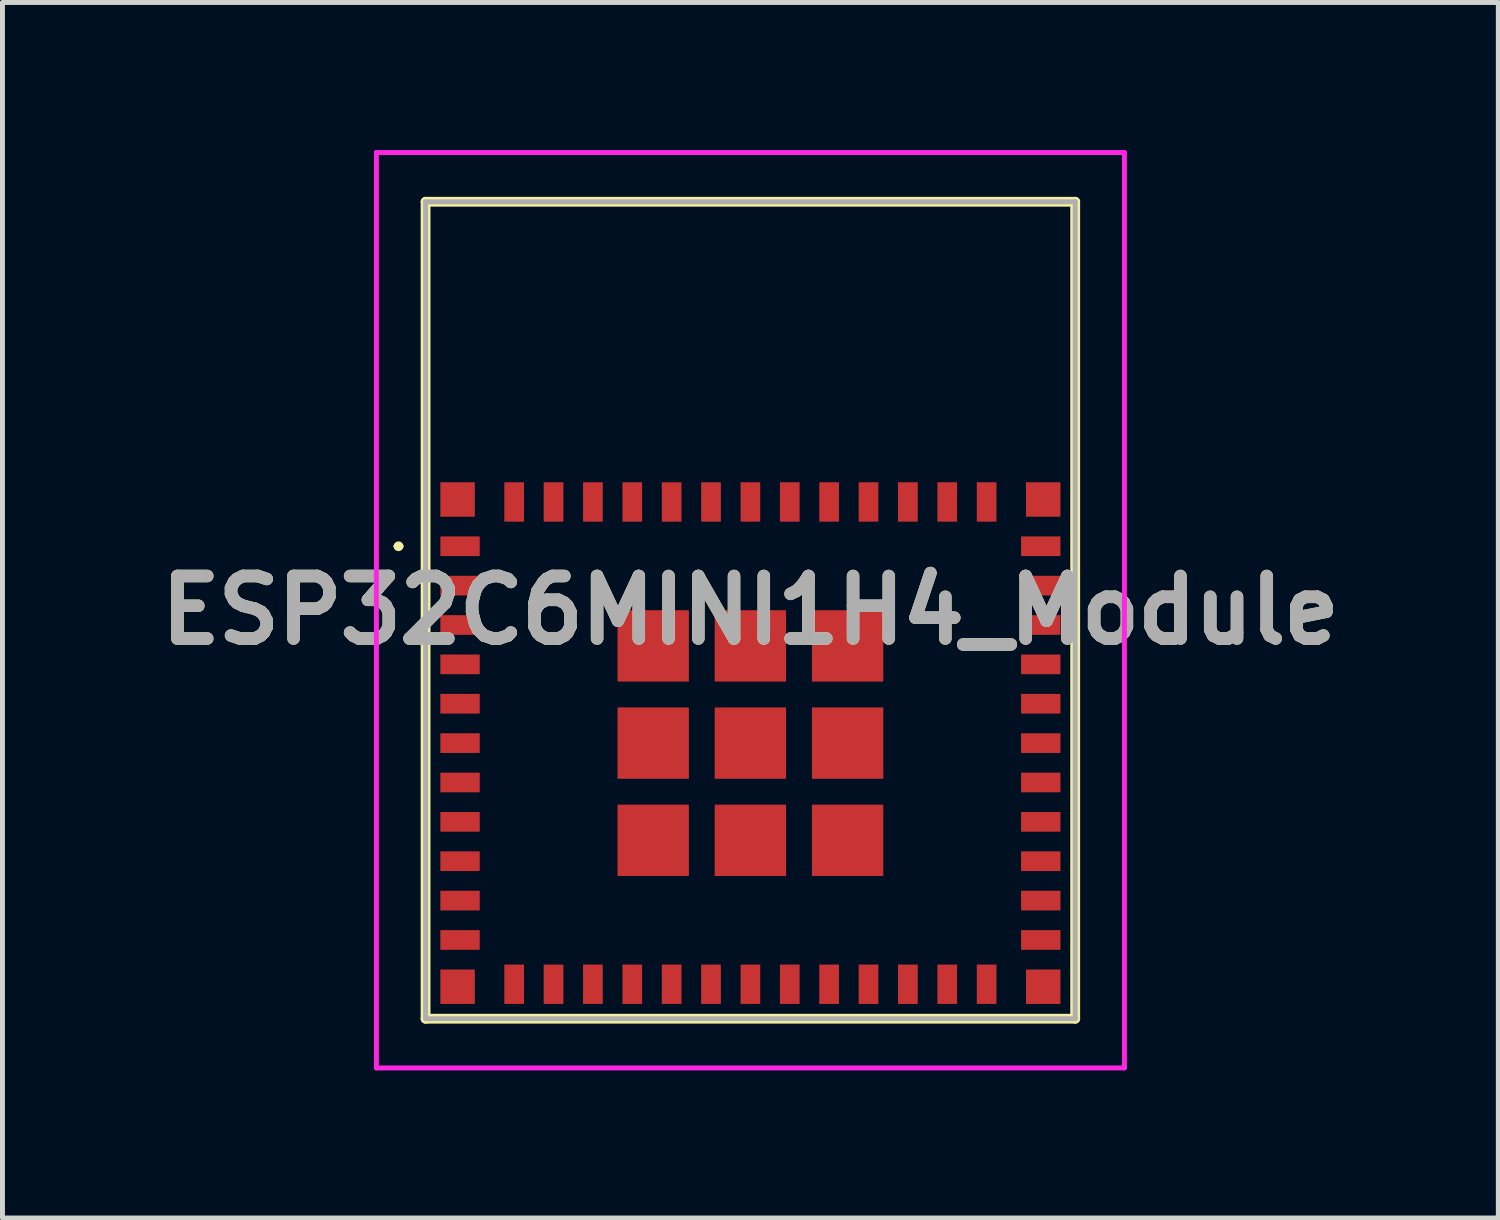
<source format=kicad_pcb>
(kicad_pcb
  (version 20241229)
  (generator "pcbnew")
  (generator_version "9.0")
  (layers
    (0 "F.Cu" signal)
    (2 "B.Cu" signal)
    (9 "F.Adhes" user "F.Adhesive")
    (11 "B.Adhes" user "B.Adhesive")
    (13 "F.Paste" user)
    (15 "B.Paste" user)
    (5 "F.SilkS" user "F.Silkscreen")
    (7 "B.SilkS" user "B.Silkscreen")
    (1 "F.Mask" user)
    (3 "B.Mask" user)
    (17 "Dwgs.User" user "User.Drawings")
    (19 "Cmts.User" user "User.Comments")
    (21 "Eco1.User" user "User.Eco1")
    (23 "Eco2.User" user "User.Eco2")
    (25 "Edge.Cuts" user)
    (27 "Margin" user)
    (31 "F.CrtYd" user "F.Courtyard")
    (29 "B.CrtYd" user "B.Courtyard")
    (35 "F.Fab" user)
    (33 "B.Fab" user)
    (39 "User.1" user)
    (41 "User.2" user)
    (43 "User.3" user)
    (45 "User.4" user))
  (footprint "ESP32C6MINI1H4_Module"
    (layer "F.Cu")
    (at 12.198 9.35)
    (property "Reference" "ESP32C6MINI1H4_Module" (at 0 0 0) (layer "F.SilkS") (effects (font (size 1.27 1.27) (thickness 0.254))))
    (attr smd)
    (fp_line (start -7.2 -1.3) (end -7.2 -1.3) (stroke (width 0.1) (type solid)) (layer "F.SilkS"))
    (fp_line (start -7.1 -1.3) (end -7.1 -1.3) (stroke (width 0.1) (type solid)) (layer "F.SilkS"))
    (fp_line (start -6.6 -8.3) (end 6.6 -8.3) (stroke (width 0.2) (type solid)) (layer "F.SilkS"))
    (fp_line (start -6.6 8.3) (end -6.6 -8.3) (stroke (width 0.2) (type solid)) (layer "F.SilkS"))
    (fp_line (start 6.6 -8.3) (end 6.6 8.3) (stroke (width 0.2) (type solid)) (layer "F.SilkS"))
    (fp_line (start 6.6 8.3) (end -6.6 8.3) (stroke (width 0.2) (type solid)) (layer "F.SilkS"))
    (fp_arc (start -7.2 -1.3) (mid -7.15 -1.35) (end -7.1 -1.3) (stroke (width 0.1) (type solid)) (layer "F.SilkS"))
    (fp_arc (start -7.1 -1.3) (mid -7.15 -1.25) (end -7.2 -1.3) (stroke (width 0.1) (type solid)) (layer "F.SilkS"))
    (fp_line (start -7.6 -9.3) (end 7.6 -9.3) (stroke (width 0.1) (type solid)) (layer "F.CrtYd"))
    (fp_line (start -7.6 9.3) (end -7.6 -9.3) (stroke (width 0.1) (type solid)) (layer "F.CrtYd"))
    (fp_line (start 7.6 -9.3) (end 7.6 9.3) (stroke (width 0.1) (type solid)) (layer "F.CrtYd"))
    (fp_line (start 7.6 9.3) (end -7.6 9.3) (stroke (width 0.1) (type solid)) (layer "F.CrtYd"))
    (fp_line (start -6.6 -8.3) (end 6.6 -8.3) (stroke (width 0.1) (type solid)) (layer "F.Fab"))
    (fp_line (start -6.6 8.3) (end -6.6 -8.3) (stroke (width 0.1) (type solid)) (layer "F.Fab"))
    (fp_line (start 6.6 -8.3) (end 6.6 8.3) (stroke (width 0.1) (type solid)) (layer "F.Fab"))
    (fp_line (start 6.6 8.3) (end -6.6 8.3) (stroke (width 0.1) (type solid)) (layer "F.Fab"))
    (fp_text user "${REFERENCE}" (at 0 0 0) (layer "F.Fab") (effects (font (size 1.27 1.27) (thickness 0.254))))
    (pad "1" smd rect (at -5.9 -1.3 90) (size 0.4 0.8) (layers "F.Cu" "F.Mask" "F.Paste"))
    (pad "2" smd rect (at -5.9 -0.5 90) (size 0.4 0.8) (layers "F.Cu" "F.Mask" "F.Paste"))
    (pad "3" smd rect (at -5.9 0.3 90) (size 0.4 0.8) (layers "F.Cu" "F.Mask" "F.Paste"))
    (pad "4" smd rect (at -5.9 1.1 90) (size 0.4 0.8) (layers "F.Cu" "F.Mask" "F.Paste"))
    (pad "5" smd rect (at -5.9 1.9 90) (size 0.4 0.8) (layers "F.Cu" "F.Mask" "F.Paste"))
    (pad "6" smd rect (at -5.9 2.7 90) (size 0.4 0.8) (layers "F.Cu" "F.Mask" "F.Paste"))
    (pad "7" smd rect (at -5.9 3.5 90) (size 0.4 0.8) (layers "F.Cu" "F.Mask" "F.Paste"))
    (pad "8" smd rect (at -5.9 4.3 90) (size 0.4 0.8) (layers "F.Cu" "F.Mask" "F.Paste"))
    (pad "9" smd rect (at -5.9 5.1 90) (size 0.4 0.8) (layers "F.Cu" "F.Mask" "F.Paste"))
    (pad "10" smd rect (at -5.9 5.9 90) (size 0.4 0.8) (layers "F.Cu" "F.Mask" "F.Paste"))
    (pad "11" smd rect (at -5.9 6.7 90) (size 0.4 0.8) (layers "F.Cu" "F.Mask" "F.Paste"))
    (pad "12" smd rect (at -4.8 7.6) (size 0.4 0.8) (layers "F.Cu" "F.Mask" "F.Paste"))
    (pad "13" smd rect (at -4 7.6) (size 0.4 0.8) (layers "F.Cu" "F.Mask" "F.Paste"))
    (pad "14" smd rect (at -3.2 7.6) (size 0.4 0.8) (layers "F.Cu" "F.Mask" "F.Paste"))
    (pad "15" smd rect (at -2.4 7.6) (size 0.4 0.8) (layers "F.Cu" "F.Mask" "F.Paste"))
    (pad "16" smd rect (at -1.6 7.6) (size 0.4 0.8) (layers "F.Cu" "F.Mask" "F.Paste"))
    (pad "17" smd rect (at -0.8 7.6) (size 0.4 0.8) (layers "F.Cu" "F.Mask" "F.Paste"))
    (pad "18" smd rect (at 0 7.6) (size 0.4 0.8) (layers "F.Cu" "F.Mask" "F.Paste"))
    (pad "19" smd rect (at 0.8 7.6) (size 0.4 0.8) (layers "F.Cu" "F.Mask" "F.Paste"))
    (pad "20" smd rect (at 1.6 7.6) (size 0.4 0.8) (layers "F.Cu" "F.Mask" "F.Paste"))
    (pad "21" smd rect (at 2.4 7.6) (size 0.4 0.8) (layers "F.Cu" "F.Mask" "F.Paste"))
    (pad "22" smd rect (at 3.2 7.6) (size 0.4 0.8) (layers "F.Cu" "F.Mask" "F.Paste"))
    (pad "23" smd rect (at 4 7.6) (size 0.4 0.8) (layers "F.Cu" "F.Mask" "F.Paste"))
    (pad "24" smd rect (at 4.8 7.6) (size 0.4 0.8) (layers "F.Cu" "F.Mask" "F.Paste"))
    (pad "25" smd rect (at 5.9 6.7 90) (size 0.4 0.8) (layers "F.Cu" "F.Mask" "F.Paste"))
    (pad "26" smd rect (at 5.9 5.9 90) (size 0.4 0.8) (layers "F.Cu" "F.Mask" "F.Paste"))
    (pad "27" smd rect (at 5.9 5.1 90) (size 0.4 0.8) (layers "F.Cu" "F.Mask" "F.Paste"))
    (pad "28" smd rect (at 5.9 4.3 90) (size 0.4 0.8) (layers "F.Cu" "F.Mask" "F.Paste"))
    (pad "29" smd rect (at 5.9 3.5 90) (size 0.4 0.8) (layers "F.Cu" "F.Mask" "F.Paste"))
    (pad "30" smd rect (at 5.9 2.7 90) (size 0.4 0.8) (layers "F.Cu" "F.Mask" "F.Paste"))
    (pad "31" smd rect (at 5.9 1.9 90) (size 0.4 0.8) (layers "F.Cu" "F.Mask" "F.Paste"))
    (pad "32" smd rect (at 5.9 1.1 90) (size 0.4 0.8) (layers "F.Cu" "F.Mask" "F.Paste"))
    (pad "33" smd rect (at 5.9 0.3 90) (size 0.4 0.8) (layers "F.Cu" "F.Mask" "F.Paste"))
    (pad "34" smd rect (at 5.9 -0.5 90) (size 0.4 0.8) (layers "F.Cu" "F.Mask" "F.Paste"))
    (pad "35" smd rect (at 5.9 -1.3 90) (size 0.4 0.8) (layers "F.Cu" "F.Mask" "F.Paste"))
    (pad "36" smd rect (at 4.8 -2.2) (size 0.4 0.8) (layers "F.Cu" "F.Mask" "F.Paste"))
    (pad "37" smd rect (at 4 -2.2) (size 0.4 0.8) (layers "F.Cu" "F.Mask" "F.Paste"))
    (pad "38" smd rect (at 3.2 -2.2) (size 0.4 0.8) (layers "F.Cu" "F.Mask" "F.Paste"))
    (pad "39" smd rect (at 2.4 -2.2) (size 0.4 0.8) (layers "F.Cu" "F.Mask" "F.Paste"))
    (pad "40" smd rect (at 1.6 -2.2) (size 0.4 0.8) (layers "F.Cu" "F.Mask" "F.Paste"))
    (pad "41" smd rect (at 0.8 -2.2) (size 0.4 0.8) (layers "F.Cu" "F.Mask" "F.Paste"))
    (pad "42" smd rect (at 0 -2.2) (size 0.4 0.8) (layers "F.Cu" "F.Mask" "F.Paste"))
    (pad "43" smd rect (at -0.8 -2.2) (size 0.4 0.8) (layers "F.Cu" "F.Mask" "F.Paste"))
    (pad "44" smd rect (at -1.6 -2.2) (size 0.4 0.8) (layers "F.Cu" "F.Mask" "F.Paste"))
    (pad "45" smd rect (at -2.4 -2.2) (size 0.4 0.8) (layers "F.Cu" "F.Mask" "F.Paste"))
    (pad "46" smd rect (at -3.2 -2.2) (size 0.4 0.8) (layers "F.Cu" "F.Mask" "F.Paste"))
    (pad "47" smd rect (at -4 -2.2) (size 0.4 0.8) (layers "F.Cu" "F.Mask" "F.Paste"))
    (pad "48" smd rect (at -4.8 -2.2) (size 0.4 0.8) (layers "F.Cu" "F.Mask" "F.Paste"))
    (pad "49" smd rect (at 0 2.7 90) (size 1.45 1.45) (layers "F.Cu" "F.Mask" "F.Paste"))
    (pad "50" smd rect (at 5.95 -2.25 90) (size 0.7 0.7) (layers "F.Cu" "F.Mask" "F.Paste"))
    (pad "51" smd rect (at 5.95 7.65 90) (size 0.7 0.7) (layers "F.Cu" "F.Mask" "F.Paste"))
    (pad "52" smd rect (at -5.95 7.65 90) (size 0.7 0.7) (layers "F.Cu" "F.Mask" "F.Paste"))
    (pad "53" smd rect (at -5.95 -2.25 90) (size 0.7 0.7) (layers "F.Cu" "F.Mask" "F.Paste"))
    (pad "54" smd rect (at -1.975 2.7 90) (size 1.45 1.45) (layers "F.Cu" "F.Mask" "F.Paste"))
    (pad "55" smd rect (at -1.975 4.675 90) (size 1.45 1.45) (layers "F.Cu" "F.Mask" "F.Paste"))
    (pad "56" smd rect (at 0 4.675 90) (size 1.45 1.45) (layers "F.Cu" "F.Mask" "F.Paste"))
    (pad "57" smd rect (at 1.975 4.675 90) (size 1.45 1.45) (layers "F.Cu" "F.Mask" "F.Paste"))
    (pad "58" smd rect (at 1.975 2.7 90) (size 1.45 1.45) (layers "F.Cu" "F.Mask" "F.Paste"))
    (pad "59" smd rect (at 1.975 0.725 90) (size 1.45 1.45) (layers "F.Cu" "F.Mask" "F.Paste"))
    (pad "60" smd rect (at 0 0.725 90) (size 1.45 1.45) (layers "F.Cu" "F.Mask" "F.Paste"))
    (pad "61" smd rect (at -1.975 0.725 90) (size 1.45 1.45) (layers "F.Cu" "F.Mask" "F.Paste")))
  (gr_rect
    (start -3 -3)
    (end 27.396 21.7)
    (stroke (width 0.1) (type default))
    (fill no)
    (layer "Edge.Cuts")))
</source>
